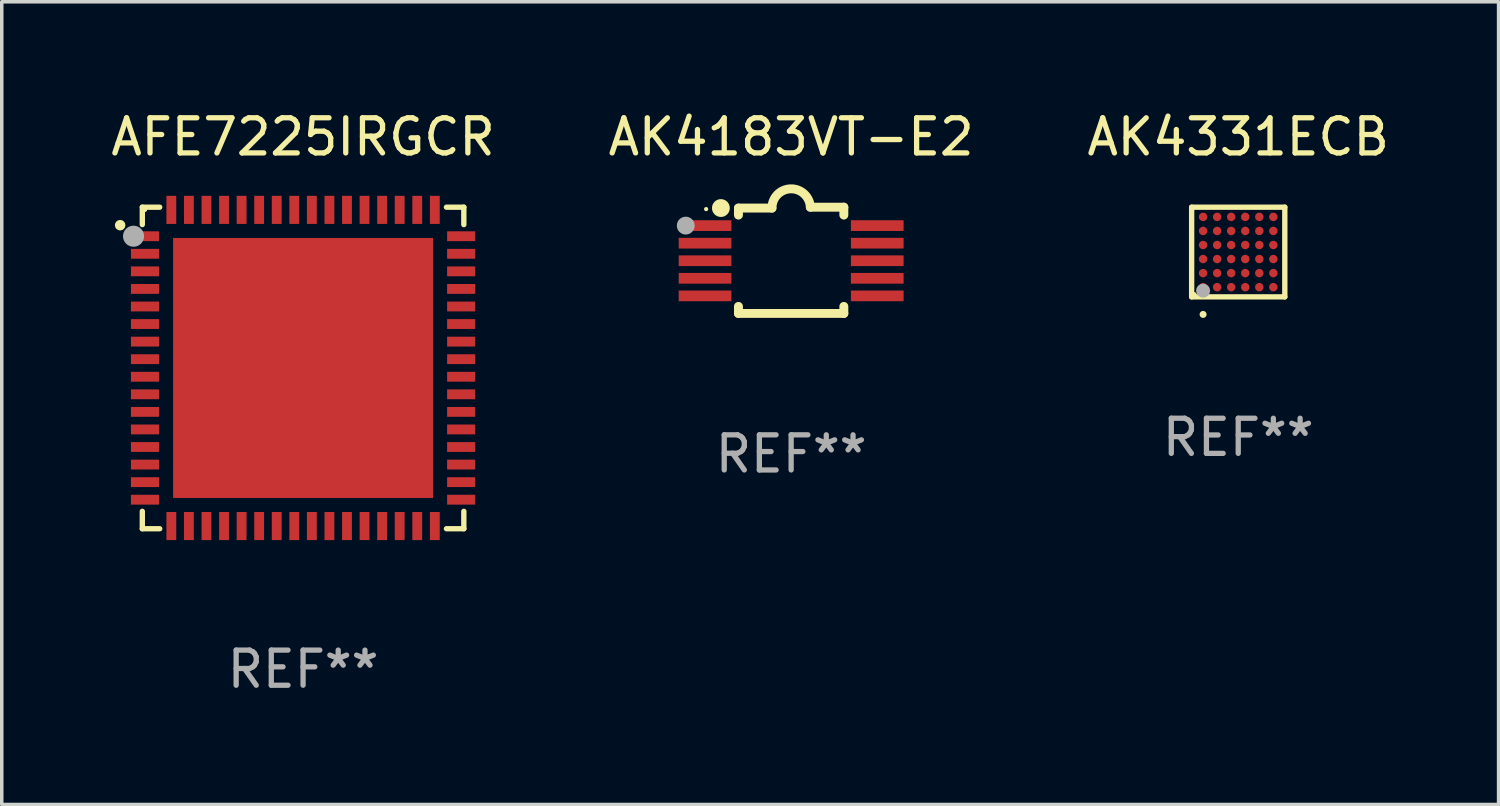
<source format=kicad_pcb>
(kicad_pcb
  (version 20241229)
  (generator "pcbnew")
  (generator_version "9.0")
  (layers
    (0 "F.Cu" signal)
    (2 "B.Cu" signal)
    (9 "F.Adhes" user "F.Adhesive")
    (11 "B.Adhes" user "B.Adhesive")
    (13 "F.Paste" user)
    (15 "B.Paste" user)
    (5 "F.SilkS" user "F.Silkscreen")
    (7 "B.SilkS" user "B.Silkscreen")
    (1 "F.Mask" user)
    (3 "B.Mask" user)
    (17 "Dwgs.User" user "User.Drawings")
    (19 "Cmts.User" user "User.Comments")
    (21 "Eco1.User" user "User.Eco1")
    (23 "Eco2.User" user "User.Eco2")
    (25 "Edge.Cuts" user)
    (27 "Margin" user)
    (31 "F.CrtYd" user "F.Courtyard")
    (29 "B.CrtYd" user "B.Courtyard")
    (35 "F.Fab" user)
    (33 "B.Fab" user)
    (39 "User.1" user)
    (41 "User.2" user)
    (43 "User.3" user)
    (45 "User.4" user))
  (footprint "AFE7225IRGCR"
    (layer "F.Cu")
    (at 5.577 7.424)
    (property "Reference" "AFE7225IRGCR" (at 0 -6.576 0) (layer "F.SilkS") (effects (font (size 1 1) (thickness 0.15))))
    (attr through_hole)
    (fp_line (start -4.576 -4.576) (end -4.576 -4.081) (stroke (width 0.152) (type solid)) (layer "F.SilkS"))
    (fp_line (start -4.576 4.576) (end -4.576 4.081) (stroke (width 0.152) (type solid)) (layer "F.SilkS"))
    (fp_line (start -4.081 -4.576) (end -4.576 -4.576) (stroke (width 0.152) (type solid)) (layer "F.SilkS"))
    (fp_line (start -4.081 4.576) (end -4.576 4.576) (stroke (width 0.152) (type solid)) (layer "F.SilkS"))
    (fp_line (start 4.081 -4.576) (end 4.576 -4.576) (stroke (width 0.152) (type solid)) (layer "F.SilkS"))
    (fp_line (start 4.081 4.576) (end 4.576 4.576) (stroke (width 0.152) (type solid)) (layer "F.SilkS"))
    (fp_line (start 4.576 -4.576) (end 4.576 -4.081) (stroke (width 0.152) (type solid)) (layer "F.SilkS"))
    (fp_line (start 4.576 4.576) (end 4.576 4.081) (stroke (width 0.152) (type solid)) (layer "F.SilkS"))
    (fp_circle (center -5.207 -4.064) (end -5.132 -4.064) (stroke (width 0.15) (type solid)) (fill no) (layer "F.SilkS"))
    (fp_circle (center -4.5 -4.5) (end -4.47 -4.5) (stroke (width 0.06) (type solid)) (fill no) (layer "F.SilkS"))
    (fp_circle (center -4.826 -3.75) (end -4.676 -3.75) (stroke (width 0.3) (type solid)) (fill no) (layer "F.Fab"))
    (fp_text user "REF**" (at 0 8.576 0) (layer "F.Fab") (effects (font (size 1 1) (thickness 0.15))))
    (pad "1" smd rect (at -4.5 -3.75) (size 0.8 0.28) (layers "F.Cu" "F.Mask" "F.Paste"))
    (pad "2" smd rect (at -4.5 -3.25) (size 0.8 0.28) (layers "F.Cu" "F.Mask" "F.Paste"))
    (pad "3" smd rect (at -4.5 -2.75) (size 0.8 0.28) (layers "F.Cu" "F.Mask" "F.Paste"))
    (pad "4" smd rect (at -4.5 -2.25) (size 0.8 0.28) (layers "F.Cu" "F.Mask" "F.Paste"))
    (pad "5" smd rect (at -4.5 -1.75) (size 0.8 0.28) (layers "F.Cu" "F.Mask" "F.Paste"))
    (pad "6" smd rect (at -4.5 -1.25) (size 0.8 0.28) (layers "F.Cu" "F.Mask" "F.Paste"))
    (pad "7" smd rect (at -4.5 -0.75) (size 0.8 0.28) (layers "F.Cu" "F.Mask" "F.Paste"))
    (pad "8" smd rect (at -4.5 -0.25) (size 0.8 0.28) (layers "F.Cu" "F.Mask" "F.Paste"))
    (pad "9" smd rect (at -4.5 0.25) (size 0.8 0.28) (layers "F.Cu" "F.Mask" "F.Paste"))
    (pad "10" smd rect (at -4.5 0.75) (size 0.8 0.28) (layers "F.Cu" "F.Mask" "F.Paste"))
    (pad "11" smd rect (at -4.5 1.25) (size 0.8 0.28) (layers "F.Cu" "F.Mask" "F.Paste"))
    (pad "12" smd rect (at -4.5 1.75) (size 0.8 0.28) (layers "F.Cu" "F.Mask" "F.Paste"))
    (pad "13" smd rect (at -4.5 2.25) (size 0.8 0.28) (layers "F.Cu" "F.Mask" "F.Paste"))
    (pad "14" smd rect (at -4.5 2.75) (size 0.8 0.28) (layers "F.Cu" "F.Mask" "F.Paste"))
    (pad "15" smd rect (at -4.5 3.25) (size 0.8 0.28) (layers "F.Cu" "F.Mask" "F.Paste"))
    (pad "16" smd rect (at -4.5 3.75) (size 0.8 0.28) (layers "F.Cu" "F.Mask" "F.Paste"))
    (pad "17" smd rect (at -3.75 4.5) (size 0.28 0.8) (layers "F.Cu" "F.Mask" "F.Paste"))
    (pad "18" smd rect (at -3.25 4.5) (size 0.28 0.8) (layers "F.Cu" "F.Mask" "F.Paste"))
    (pad "19" smd rect (at -2.75 4.5) (size 0.28 0.8) (layers "F.Cu" "F.Mask" "F.Paste"))
    (pad "20" smd rect (at -2.25 4.5) (size 0.28 0.8) (layers "F.Cu" "F.Mask" "F.Paste"))
    (pad "21" smd rect (at -1.75 4.5) (size 0.28 0.8) (layers "F.Cu" "F.Mask" "F.Paste"))
    (pad "22" smd rect (at -1.25 4.5) (size 0.28 0.8) (layers "F.Cu" "F.Mask" "F.Paste"))
    (pad "23" smd rect (at -0.75 4.5) (size 0.28 0.8) (layers "F.Cu" "F.Mask" "F.Paste"))
    (pad "24" smd rect (at -0.25 4.5) (size 0.28 0.8) (layers "F.Cu" "F.Mask" "F.Paste"))
    (pad "25" smd rect (at 0.25 4.5) (size 0.28 0.8) (layers "F.Cu" "F.Mask" "F.Paste"))
    (pad "26" smd rect (at 0.75 4.5) (size 0.28 0.8) (layers "F.Cu" "F.Mask" "F.Paste"))
    (pad "27" smd rect (at 1.25 4.5) (size 0.28 0.8) (layers "F.Cu" "F.Mask" "F.Paste"))
    (pad "28" smd rect (at 1.75 4.5) (size 0.28 0.8) (layers "F.Cu" "F.Mask" "F.Paste"))
    (pad "29" smd rect (at 2.25 4.5) (size 0.28 0.8) (layers "F.Cu" "F.Mask" "F.Paste"))
    (pad "30" smd rect (at 2.75 4.5) (size 0.28 0.8) (layers "F.Cu" "F.Mask" "F.Paste"))
    (pad "31" smd rect (at 3.25 4.5) (size 0.28 0.8) (layers "F.Cu" "F.Mask" "F.Paste"))
    (pad "32" smd rect (at 3.75 4.5) (size 0.28 0.8) (layers "F.Cu" "F.Mask" "F.Paste"))
    (pad "33" smd rect (at 4.5 3.75) (size 0.8 0.28) (layers "F.Cu" "F.Mask" "F.Paste"))
    (pad "34" smd rect (at 4.5 3.25) (size 0.8 0.28) (layers "F.Cu" "F.Mask" "F.Paste"))
    (pad "35" smd rect (at 4.5 2.75) (size 0.8 0.28) (layers "F.Cu" "F.Mask" "F.Paste"))
    (pad "36" smd rect (at 4.5 2.25) (size 0.8 0.28) (layers "F.Cu" "F.Mask" "F.Paste"))
    (pad "37" smd rect (at 4.5 1.75) (size 0.8 0.28) (layers "F.Cu" "F.Mask" "F.Paste"))
    (pad "38" smd rect (at 4.5 1.25) (size 0.8 0.28) (layers "F.Cu" "F.Mask" "F.Paste"))
    (pad "39" smd rect (at 4.5 0.75) (size 0.8 0.28) (layers "F.Cu" "F.Mask" "F.Paste"))
    (pad "40" smd rect (at 4.5 0.25) (size 0.8 0.28) (layers "F.Cu" "F.Mask" "F.Paste"))
    (pad "41" smd rect (at 4.5 -0.25) (size 0.8 0.28) (layers "F.Cu" "F.Mask" "F.Paste"))
    (pad "42" smd rect (at 4.5 -0.75) (size 0.8 0.28) (layers "F.Cu" "F.Mask" "F.Paste"))
    (pad "43" smd rect (at 4.5 -1.25) (size 0.8 0.28) (layers "F.Cu" "F.Mask" "F.Paste"))
    (pad "44" smd rect (at 4.5 -1.75) (size 0.8 0.28) (layers "F.Cu" "F.Mask" "F.Paste"))
    (pad "45" smd rect (at 4.5 -2.25) (size 0.8 0.28) (layers "F.Cu" "F.Mask" "F.Paste"))
    (pad "46" smd rect (at 4.5 -2.75) (size 0.8 0.28) (layers "F.Cu" "F.Mask" "F.Paste"))
    (pad "47" smd rect (at 4.5 -3.25) (size 0.8 0.28) (layers "F.Cu" "F.Mask" "F.Paste"))
    (pad "48" smd rect (at 4.5 -3.75) (size 0.8 0.28) (layers "F.Cu" "F.Mask" "F.Paste"))
    (pad "49" smd rect (at 3.75 -4.5) (size 0.28 0.8) (layers "F.Cu" "F.Mask" "F.Paste"))
    (pad "50" smd rect (at 3.25 -4.5) (size 0.28 0.8) (layers "F.Cu" "F.Mask" "F.Paste"))
    (pad "51" smd rect (at 2.75 -4.5) (size 0.28 0.8) (layers "F.Cu" "F.Mask" "F.Paste"))
    (pad "52" smd rect (at 2.25 -4.5) (size 0.28 0.8) (layers "F.Cu" "F.Mask" "F.Paste"))
    (pad "53" smd rect (at 1.75 -4.5) (size 0.28 0.8) (layers "F.Cu" "F.Mask" "F.Paste"))
    (pad "54" smd rect (at 1.25 -4.5) (size 0.28 0.8) (layers "F.Cu" "F.Mask" "F.Paste"))
    (pad "55" smd rect (at 0.75 -4.5) (size 0.28 0.8) (layers "F.Cu" "F.Mask" "F.Paste"))
    (pad "56" smd rect (at 0.25 -4.5) (size 0.28 0.8) (layers "F.Cu" "F.Mask" "F.Paste"))
    (pad "57" smd rect (at -0.25 -4.5) (size 0.28 0.8) (layers "F.Cu" "F.Mask" "F.Paste"))
    (pad "58" smd rect (at -0.75 -4.5) (size 0.28 0.8) (layers "F.Cu" "F.Mask" "F.Paste"))
    (pad "59" smd rect (at -1.25 -4.5) (size 0.28 0.8) (layers "F.Cu" "F.Mask" "F.Paste"))
    (pad "60" smd rect (at -1.75 -4.5) (size 0.28 0.8) (layers "F.Cu" "F.Mask" "F.Paste"))
    (pad "61" smd rect (at -2.25 -4.5) (size 0.28 0.8) (layers "F.Cu" "F.Mask" "F.Paste"))
    (pad "62" smd rect (at -2.75 -4.5) (size 0.28 0.8) (layers "F.Cu" "F.Mask" "F.Paste"))
    (pad "63" smd rect (at -3.25 -4.5) (size 0.28 0.8) (layers "F.Cu" "F.Mask" "F.Paste"))
    (pad "64" smd rect (at -3.75 -4.5) (size 0.28 0.8) (layers "F.Cu" "F.Mask" "F.Paste"))
    (pad "65" smd rect (at 0 0) (size 7.4 7.4) (layers "F.Cu" "F.Mask" "F.Paste")))
  (footprint "AK4331ECB"
    (layer "F.Cu")
    (at 32.196 4.124)
    (property "Reference" "AK4331ECB" (at 0 -3.276 0) (layer "F.SilkS") (effects (font (size 1 1) (thickness 0.15))))
    (attr through_hole)
    (fp_line (start -1.326 -1.276) (end 1.326 -1.276) (stroke (width 0.152) (type solid)) (layer "F.SilkS"))
    (fp_line (start -1.326 1.276) (end -1.326 -1.276) (stroke (width 0.152) (type solid)) (layer "F.SilkS"))
    (fp_line (start 1.326 -1.276) (end 1.326 1.276) (stroke (width 0.152) (type solid)) (layer "F.SilkS"))
    (fp_line (start 1.326 1.276) (end -1.326 1.276) (stroke (width 0.152) (type solid)) (layer "F.SilkS"))
    (fp_circle (center -1.25 1.2) (end -1.22 1.2) (stroke (width 0.06) (type solid)) (fill no) (layer "F.SilkS"))
    (fp_circle (center -1 1.776) (end -0.95 1.776) (stroke (width 0.1) (type solid)) (fill no) (layer "F.SilkS"))
    (fp_circle (center -1 1.1) (end -0.9 1.1) (stroke (width 0.2) (type solid)) (fill no) (layer "F.Fab"))
    (fp_text user "REF**" (at 0 5.276 0) (layer "F.Fab") (effects (font (size 1 1) (thickness 0.15))))
    (pad "A1" smd circle (at -1 1) (size 0.24 0.24) (layers "F.Cu" "F.Mask" "F.Paste"))
    (pad "A2" smd circle (at -1 0.6) (size 0.24 0.24) (layers "F.Cu" "F.Mask" "F.Paste"))
    (pad "A3" smd circle (at -1 0.2) (size 0.24 0.24) (layers "F.Cu" "F.Mask" "F.Paste"))
    (pad "A4" smd circle (at -1 -0.2) (size 0.24 0.24) (layers "F.Cu" "F.Mask" "F.Paste"))
    (pad "A5" smd circle (at -1 -0.6) (size 0.24 0.24) (layers "F.Cu" "F.Mask" "F.Paste"))
    (pad "A6" smd circle (at -1 -1) (size 0.24 0.24) (layers "F.Cu" "F.Mask" "F.Paste"))
    (pad "B1" smd circle (at -0.6 1) (size 0.24 0.24) (layers "F.Cu" "F.Mask" "F.Paste"))
    (pad "B2" smd circle (at -0.6 0.6) (size 0.24 0.24) (layers "F.Cu" "F.Mask" "F.Paste"))
    (pad "B3" smd circle (at -0.6 0.2) (size 0.24 0.24) (layers "F.Cu" "F.Mask" "F.Paste"))
    (pad "B4" smd circle (at -0.6 -0.2) (size 0.24 0.24) (layers "F.Cu" "F.Mask" "F.Paste"))
    (pad "B5" smd circle (at -0.6 -0.6) (size 0.24 0.24) (layers "F.Cu" "F.Mask" "F.Paste"))
    (pad "B6" smd circle (at -0.6 -1) (size 0.24 0.24) (layers "F.Cu" "F.Mask" "F.Paste"))
    (pad "C1" smd circle (at -0.2 1) (size 0.24 0.24) (layers "F.Cu" "F.Mask" "F.Paste"))
    (pad "C2" smd circle (at -0.2 0.6) (size 0.24 0.24) (layers "F.Cu" "F.Mask" "F.Paste"))
    (pad "C3" smd circle (at -0.2 0.2) (size 0.24 0.24) (layers "F.Cu" "F.Mask" "F.Paste"))
    (pad "C4" smd circle (at -0.2 -0.2) (size 0.24 0.24) (layers "F.Cu" "F.Mask" "F.Paste"))
    (pad "C5" smd circle (at -0.2 -0.6) (size 0.24 0.24) (layers "F.Cu" "F.Mask" "F.Paste"))
    (pad "C6" smd circle (at -0.2 -1) (size 0.24 0.24) (layers "F.Cu" "F.Mask" "F.Paste"))
    (pad "D1" smd circle (at 0.2 1) (size 0.24 0.24) (layers "F.Cu" "F.Mask" "F.Paste"))
    (pad "D2" smd circle (at 0.2 0.6) (size 0.24 0.24) (layers "F.Cu" "F.Mask" "F.Paste"))
    (pad "D3" smd circle (at 0.2 0.2) (size 0.24 0.24) (layers "F.Cu" "F.Mask" "F.Paste"))
    (pad "D4" smd circle (at 0.2 -0.2) (size 0.24 0.24) (layers "F.Cu" "F.Mask" "F.Paste"))
    (pad "D5" smd circle (at 0.2 -0.6) (size 0.24 0.24) (layers "F.Cu" "F.Mask" "F.Paste"))
    (pad "D6" smd circle (at 0.2 -1) (size 0.24 0.24) (layers "F.Cu" "F.Mask" "F.Paste"))
    (pad "E1" smd circle (at 0.6 1) (size 0.24 0.24) (layers "F.Cu" "F.Mask" "F.Paste"))
    (pad "E2" smd circle (at 0.6 0.6) (size 0.24 0.24) (layers "F.Cu" "F.Mask" "F.Paste"))
    (pad "E3" smd circle (at 0.6 0.2) (size 0.24 0.24) (layers "F.Cu" "F.Mask" "F.Paste"))
    (pad "E4" smd circle (at 0.6 -0.2) (size 0.24 0.24) (layers "F.Cu" "F.Mask" "F.Paste"))
    (pad "E5" smd circle (at 0.6 -0.6) (size 0.24 0.24) (layers "F.Cu" "F.Mask" "F.Paste"))
    (pad "E6" smd circle (at 0.6 -1) (size 0.24 0.24) (layers "F.Cu" "F.Mask" "F.Paste"))
    (pad "F1" smd circle (at 1 1) (size 0.24 0.24) (layers "F.Cu" "F.Mask" "F.Paste"))
    (pad "F2" smd circle (at 1 0.6) (size 0.24 0.24) (layers "F.Cu" "F.Mask" "F.Paste"))
    (pad "F3" smd circle (at 1 0.2) (size 0.24 0.24) (layers "F.Cu" "F.Mask" "F.Paste"))
    (pad "F4" smd circle (at 1 -0.2) (size 0.24 0.24) (layers "F.Cu" "F.Mask" "F.Paste"))
    (pad "F5" smd circle (at 1 -0.6) (size 0.24 0.24) (layers "F.Cu" "F.Mask" "F.Paste"))
    (pad "F6" smd circle (at 1 -1) (size 0.24 0.24) (layers "F.Cu" "F.Mask" "F.Paste")))
  (footprint "AK4183VT-E2"
    (layer "F.Cu")
    (at 19.47 4.36)
    (property "Reference" "AK4183VT-E2" (at 0 -3.512 0) (layer "F.SilkS") (effects (font (size 1 1) (thickness 0.15))))
    (attr through_hole)
    (fp_line (start -1.5 -1.288) (end -1.5 -1.487) (stroke (width 0.254) (type solid)) (layer "F.SilkS"))
    (fp_line (start -1.5 1.512) (end -1.5 1.312) (stroke (width 0.254) (type solid)) (layer "F.SilkS"))
    (fp_line (start -0.546 -1.487) (end -1.5 -1.487) (stroke (width 0.254) (type solid)) (layer "F.SilkS"))
    (fp_line (start 1.5 -1.512) (end 0.546 -1.512) (stroke (width 0.254) (type solid)) (layer "F.SilkS"))
    (fp_line (start 1.5 -1.288) (end 1.5 -1.512) (stroke (width 0.254) (type solid)) (layer "F.SilkS"))
    (fp_line (start 1.5 1.512) (end -1.5 1.512) (stroke (width 0.254) (type solid)) (layer "F.SilkS"))
    (fp_line (start 1.5 1.512) (end 1.5 1.312) (stroke (width 0.254) (type solid)) (layer "F.SilkS"))
    (fp_arc (start -0.546151 -1.486601) (mid -0.01246 -2.032889) (end 0.54605 -1.512002) (stroke (width 0.254001) (type solid)) (layer "F.SilkS"))
    (fp_circle (center -2.42 -1.458) (end -2.39 -1.458) (stroke (width 0.06) (type solid)) (fill no) (layer "F.SilkS"))
    (fp_circle (center -2 -1.488) (end -1.873 -1.488) (stroke (width 0.254) (type solid)) (fill no) (layer "F.SilkS"))
    (fp_circle (center -3 -0.988) (end -2.873 -0.988) (stroke (width 0.254) (type solid)) (fill no) (layer "F.Fab"))
    (fp_text user "REF**" (at 0 5.512 0) (layer "F.Fab") (effects (font (size 1 1) (thickness 0.15))))
    (pad "1" smd rect (at -2.451 -0.988) (size 1.5 0.305) (layers "F.Cu" "F.Mask" "F.Paste"))
    (pad "2" smd rect (at -2.451 -0.488) (size 1.5 0.305) (layers "F.Cu" "F.Mask" "F.Paste"))
    (pad "3" smd rect (at -2.451 0.012) (size 1.5 0.305) (layers "F.Cu" "F.Mask" "F.Paste"))
    (pad "4" smd rect (at -2.451 0.512) (size 1.5 0.305) (layers "F.Cu" "F.Mask" "F.Paste"))
    (pad "5" smd rect (at -2.451 1.012) (size 1.5 0.305) (layers "F.Cu" "F.Mask" "F.Paste"))
    (pad "6" smd rect (at 2.451 1.012) (size 1.5 0.305) (layers "F.Cu" "F.Mask" "F.Paste"))
    (pad "7" smd rect (at 2.451 0.512) (size 1.5 0.305) (layers "F.Cu" "F.Mask" "F.Paste"))
    (pad "8" smd rect (at 2.451 0.012) (size 1.5 0.305) (layers "F.Cu" "F.Mask" "F.Paste"))
    (pad "9" smd rect (at 2.451 -0.488) (size 1.5 0.305) (layers "F.Cu" "F.Mask" "F.Paste"))
    (pad "10" smd rect (at 2.451 -0.988) (size 1.5 0.305) (layers "F.Cu" "F.Mask" "F.Paste")))
  (gr_rect
    (start -3 -3)
    (end 39.607 19.849)
    (stroke (width 0.1) (type default))
    (fill no)
    (layer "Edge.Cuts")))
</source>
